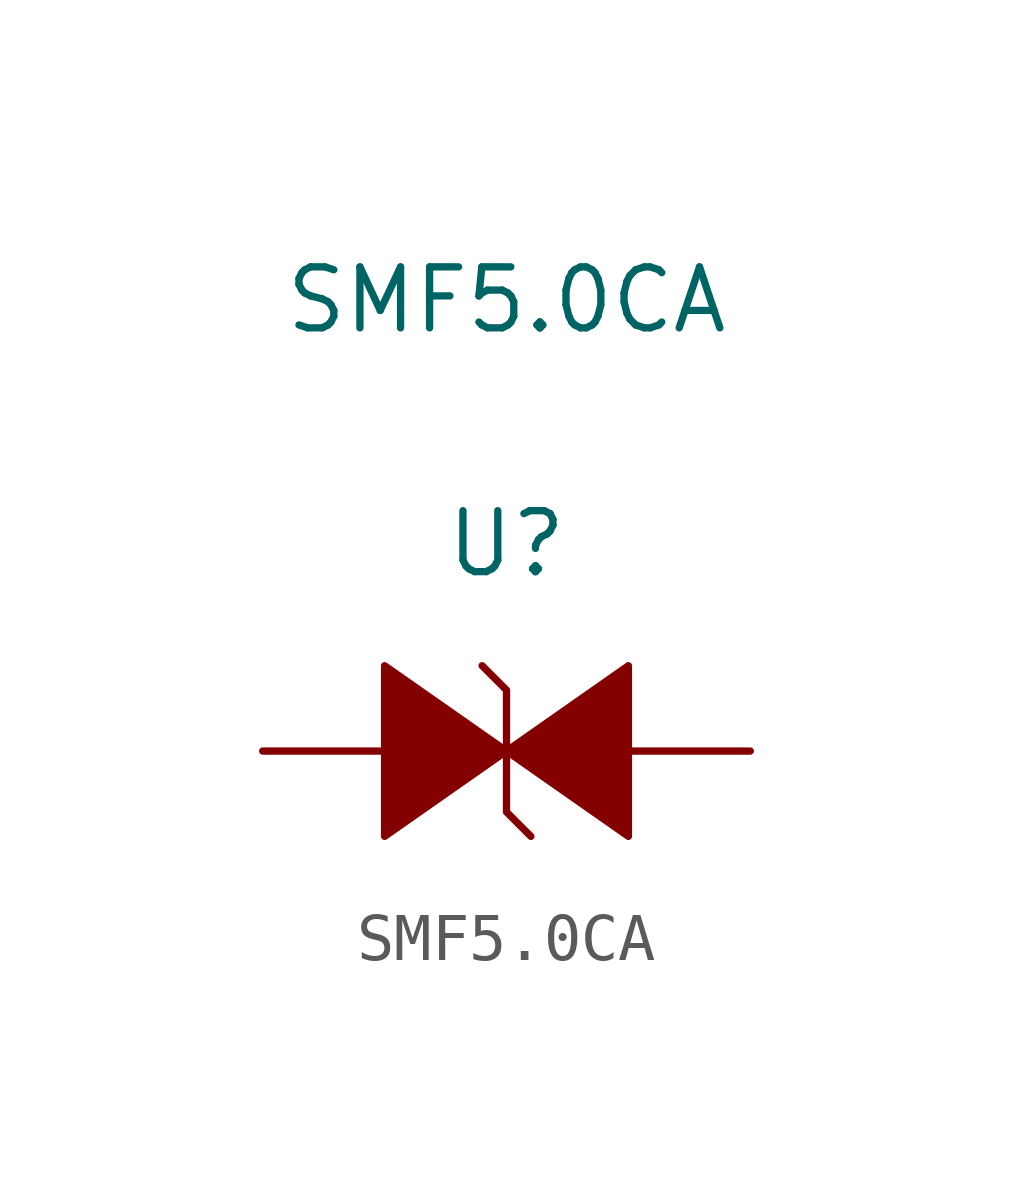
<source format=kicad_sym>
(kicad_symbol_lib
  (version 20231120)
  (generator "kicad_symbol_editor")
  (generator_version "8.0")
  (symbol "SMF5.0CA"
    (pin_numbers hide)
    (pin_names
      (offset 1.016) hide)
    (property "Reference" "U"
      (at 0 4.318 0)
      (effects (font (size 1.27 1.27))))
    (property "Value" "SMF5.0CA"
      (at 0 9.398 0)
      (effects (font (size 1.27 1.27))))
    (symbol "SMF5.0CA_1_1"
      (polyline (pts (xy -2.54 -1.778) (xy 0 0) (xy -2.54 1.778) (xy -2.54 -1.778)) (stroke (width 0.152) (type solid)) (fill (type outline)))
      (polyline (pts (xy -0.508 1.778) (xy 0 1.27) (xy 0 -1.27) (xy 0.508 -1.778)) (stroke (width 0.152) (type solid)) (fill (type none)))
      (polyline (pts (xy 2.54 1.778) (xy 0 0) (xy 2.54 -1.778) (xy 2.54 1.778)) (stroke (width 0.152) (type solid)) (fill (type outline)))
      (pin input line (at -5.08 0 0) (length 5.08) (name "1" (effects (font (size 1.27 1.27)))) (number "1" (effects (font (size 1.27 1.27)))))
      (pin input line (at 5.08 0 180) (length 5.08) (name "2" (effects (font (size 1.27 1.27)))) (number "2" (effects (font (size 1.27 1.27))))))))
</source>
